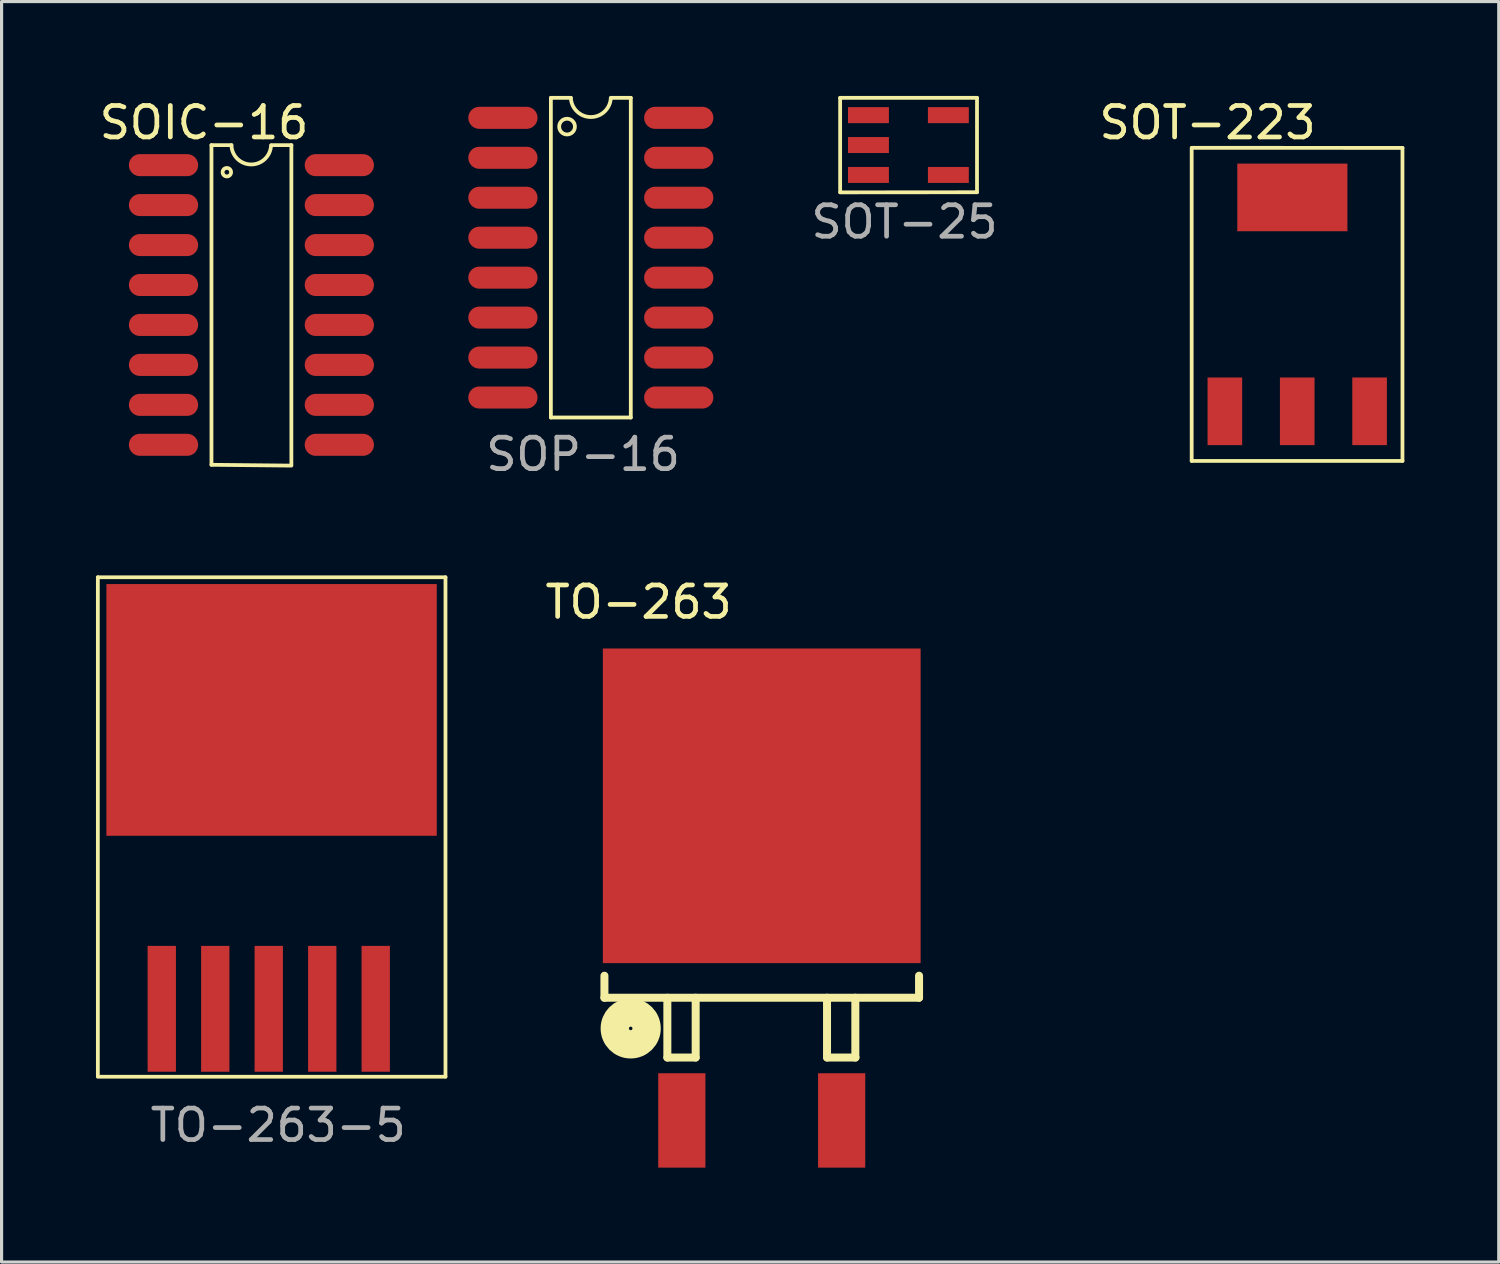
<source format=kicad_pcb>
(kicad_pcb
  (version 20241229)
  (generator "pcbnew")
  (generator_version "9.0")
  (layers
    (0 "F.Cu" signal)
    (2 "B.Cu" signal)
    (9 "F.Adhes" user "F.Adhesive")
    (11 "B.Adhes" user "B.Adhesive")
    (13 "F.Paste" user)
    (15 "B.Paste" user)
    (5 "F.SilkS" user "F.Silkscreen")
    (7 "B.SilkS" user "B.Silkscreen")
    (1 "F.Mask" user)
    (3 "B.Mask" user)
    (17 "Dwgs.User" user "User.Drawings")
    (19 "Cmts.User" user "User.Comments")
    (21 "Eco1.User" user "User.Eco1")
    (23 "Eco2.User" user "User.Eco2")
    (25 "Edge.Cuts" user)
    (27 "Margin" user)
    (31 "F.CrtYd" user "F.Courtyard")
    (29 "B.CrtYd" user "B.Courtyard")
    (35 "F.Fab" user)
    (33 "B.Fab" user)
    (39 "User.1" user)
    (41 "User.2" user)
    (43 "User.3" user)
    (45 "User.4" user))
  (footprint "TO-263-5"
    (layer "F.Cu")
    (at 2.092 29.014)
    (property "Reference" "TO-263-5" (at 3.7 3.7 0) (layer "F.Fab") (effects (font (size 1 1) (thickness 0.15))))
    (attr smd)
    (fp_line (start -2.032 -13.716) (end -2.032 2.144) (stroke (width 0.12) (type solid)) (layer "F.SilkS"))
    (fp_line (start -2.032 -13.716) (end 9.017 -13.716) (stroke (width 0.12) (type solid)) (layer "F.SilkS"))
    (fp_line (start -2.032 2.159) (end 9.017 2.159) (stroke (width 0.12) (type solid)) (layer "F.SilkS"))
    (fp_line (start 9.017 -13.716) (end 9.017 2.154) (stroke (width 0.12) (type solid)) (layer "F.SilkS"))
    (pad "1" smd rect (at 0 0) (size 0.9 4) (layers "F.Cu" "F.Mask" "F.Paste"))
    (pad "2" smd rect (at 1.7 0) (size 0.9 4) (layers "F.Cu" "F.Mask" "F.Paste"))
    (pad "3" smd rect (at 3.4 0) (size 0.9 4) (layers "F.Cu" "F.Mask" "F.Paste"))
    (pad "4" smd rect (at 5.1 0) (size 0.9 4) (layers "F.Cu" "F.Mask" "F.Paste"))
    (pad "5" smd rect (at 6.8 0) (size 0.9 4) (layers "F.Cu" "F.Mask" "F.Paste"))
    (pad "6" smd rect (at 3.49 -9.5) (size 10.5 8) (layers "F.Cu" "F.Mask" "F.Paste")))
  (footprint "TO-263"
    (layer "F.Cu")
    (at 18.621 32.562)
    (property "Reference" "TO-263" (at -1.375 -16.475 0) (layer "F.SilkS") (effects (font (size 1 1) (thickness 0.15))))
    (attr through_hole)
    (fp_line (start -2.46 -3.9) (end -2.46 -4.6) (stroke (width 0.254) (type solid)) (layer "F.SilkS"))
    (fp_line (start -2.46 -3.9) (end 7.54 -3.9) (stroke (width 0.254) (type solid)) (layer "F.SilkS"))
    (fp_line (start -0.46 -2) (end -0.46 -3.9) (stroke (width 0.254) (type solid)) (layer "F.SilkS"))
    (fp_line (start -0.46 -2) (end 0.44 -2) (stroke (width 0.254) (type solid)) (layer "F.SilkS"))
    (fp_line (start 0.44 -2) (end 0.44 -3.9) (stroke (width 0.254) (type solid)) (layer "F.SilkS"))
    (fp_line (start 4.615 -2) (end 4.615 -3.9) (stroke (width 0.254) (type solid)) (layer "F.SilkS"))
    (fp_line (start 4.62 -2) (end 5.52 -2) (stroke (width 0.254) (type solid)) (layer "F.SilkS"))
    (fp_line (start 5.515 -2) (end 5.515 -3.9) (stroke (width 0.254) (type solid)) (layer "F.SilkS"))
    (fp_line (start 7.54 -3.9) (end 7.54 -4.6) (stroke (width 0.254) (type solid)) (layer "F.SilkS"))
    (fp_circle (center -1.625 -2.925) (end -1.569 -2.925) (stroke (width 0.9) (type solid)) (fill no) (layer "F.SilkS"))
    (pad "1" smd rect (at 0 0) (size 1.5 3) (layers "F.Cu" "F.Mask" "F.Paste"))
    (pad "2" smd rect (at 5.08 0) (size 1.5 3) (layers "F.Cu" "F.Mask" "F.Paste"))
    (pad "3" smd rect (at 2.54 -10) (size 10.1 10) (layers "F.Cu" "F.Mask" "F.Paste")))
  (footprint "SOT-223"
    (layer "F.Cu")
    (at 35.881 10.023)
    (property "Reference" "SOT-223" (at -0.55 -9.175 0) (layer "F.SilkS") (effects (font (size 1 1) (thickness 0.15))))
    (attr through_hole)
    (fp_line (start -1.055 1.577) (end -1.055 -8.372) (stroke (width 0.12) (type solid)) (layer "F.SilkS"))
    (fp_line (start -1.055 1.577) (end 5.645 1.577) (stroke (width 0.12) (type solid)) (layer "F.SilkS"))
    (fp_line (start 5.645 -8.372) (end -1.05 -8.375) (stroke (width 0.12) (type solid)) (layer "F.SilkS"))
    (fp_line (start 5.645 1.577) (end 5.645 -8.372) (stroke (width 0.12) (type solid)) (layer "F.SilkS"))
    (pad "1" smd rect (at 0 0) (size 1.1 2.15) (layers "F.Cu" "F.Mask" "F.Paste"))
    (pad "2" smd rect (at 2.145 -6.798) (size 3.5 2.15) (layers "F.Cu" "F.Mask" "F.Paste"))
    (pad "2" smd rect (at 2.3 0) (size 1.1 2.15) (layers "F.Cu" "F.Mask" "F.Paste"))
    (pad "3" smd rect (at 4.6 0) (size 1.1 2.15) (layers "F.Cu" "F.Mask" "F.Paste")))
  (footprint "SOT-25"
    (layer "F.Cu")
    (at 25.95 1.753)
    (property "Reference" "SOT-25" (at -0.25 2.25 0) (layer "F.Fab") (effects (font (size 1 1) (thickness 0.15))))
    (attr smd)
    (fp_line (start -2.297 1.307) (end -2.297 -1.693) (stroke (width 0.12) (type solid)) (layer "F.SilkS"))
    (fp_line (start -2.296 1.311) (end 2.053 1.307) (stroke (width 0.12) (type solid)) (layer "F.SilkS"))
    (fp_line (start 2.053 -1.693) (end -2.297 -1.693) (stroke (width 0.12) (type solid)) (layer "F.SilkS"))
    (fp_line (start 2.053 1.307) (end 2.053 -1.693) (stroke (width 0.12) (type solid)) (layer "F.SilkS"))
    (pad "1" smd rect (at -1.397 -1.143 90) (size 0.508 1.3) (layers "F.Cu" "F.Mask" "F.Paste"))
    (pad "2" smd rect (at -1.397 -0.193 90) (size 0.508 1.3) (layers "F.Cu" "F.Mask" "F.Paste"))
    (pad "3" smd rect (at -1.397 0.757 90) (size 0.508 1.3) (layers "F.Cu" "F.Mask" "F.Paste"))
    (pad "4" smd rect (at 1.143 0.757 90) (size 0.508 1.3) (layers "F.Cu" "F.Mask" "F.Paste"))
    (pad "5" smd rect (at 1.143 -1.143 90) (size 0.508 1.3) (layers "F.Cu" "F.Mask" "F.Paste")))
  (footprint "SOIC-16"
    (layer "F.Cu")
    (at 4.941 6.199)
    (property "Reference" "SOIC-16" (at -1.506 -5.351 0) (layer "F.SilkS") (effects (font (size 1 1) (thickness 0.15))))
    (attr through_hole)
    (fp_line (start -1.27 -4.636) (end -0.635 -4.636) (stroke (width 0.12) (type solid)) (layer "F.SilkS"))
    (fp_line (start -1.27 5.524) (end -1.27 -4.636) (stroke (width 0.12) (type solid)) (layer "F.SilkS"))
    (fp_line (start -1.27 5.524) (end 1.269 5.55) (stroke (width 0.12) (type solid)) (layer "F.SilkS"))
    (fp_line (start 0.635 -4.636) (end 1.27 -4.636) (stroke (width 0.12) (type solid)) (layer "F.SilkS"))
    (fp_line (start 1.27 5.524) (end 1.27 -4.636) (stroke (width 0.12) (type solid)) (layer "F.SilkS"))
    (fp_arc (start 0.622675 -4.625352) (mid -0.011077 -4.021343) (end -0.634999 -4.635501) (stroke (width 0.12) (type solid)) (layer "F.SilkS"))
    (fp_circle (center -0.781 -3.776) (end -0.731 -3.651) (stroke (width 0.12) (type solid)) (fill no) (layer "F.SilkS"))
    (pad "1" smd oval (at -2.794 -4) (size 2.2 0.7) (layers "F.Cu" "F.Mask" "F.Paste"))
    (pad "2" smd oval (at -2.794 -2.731) (size 2.2 0.7) (layers "F.Cu" "F.Mask" "F.Paste"))
    (pad "3" smd oval (at -2.794 -1.46) (size 2.2 0.7) (layers "F.Cu" "F.Mask" "F.Paste"))
    (pad "4" smd oval (at -2.794 -0.191) (size 2.2 0.7) (layers "F.Cu" "F.Mask" "F.Paste"))
    (pad "5" smd oval (at -2.794 1.079) (size 2.2 0.7) (layers "F.Cu" "F.Mask" "F.Paste"))
    (pad "6" smd oval (at -2.794 2.349) (size 2.2 0.7) (layers "F.Cu" "F.Mask" "F.Paste"))
    (pad "7" smd oval (at -2.794 3.619) (size 2.2 0.7) (layers "F.Cu" "F.Mask" "F.Paste"))
    (pad "8" smd oval (at -2.794 4.889) (size 2.2 0.7) (layers "F.Cu" "F.Mask" "F.Paste"))
    (pad "9" smd oval (at 2.794 4.889) (size 2.2 0.7) (layers "F.Cu" "F.Mask" "F.Paste"))
    (pad "10" smd oval (at 2.794 3.619) (size 2.2 0.7) (layers "F.Cu" "F.Mask" "F.Paste"))
    (pad "11" smd oval (at 2.794 2.349) (size 2.2 0.7) (layers "F.Cu" "F.Mask" "F.Paste"))
    (pad "12" smd oval (at 2.794 1.079) (size 2.2 0.7) (layers "F.Cu" "F.Mask" "F.Paste"))
    (pad "13" smd oval (at 2.794 -0.191) (size 2.2 0.7) (layers "F.Cu" "F.Mask" "F.Paste"))
    (pad "14" smd oval (at 2.794 -1.46) (size 2.2 0.7) (layers "F.Cu" "F.Mask" "F.Paste"))
    (pad "15" smd oval (at 2.794 -2.731) (size 2.2 0.7) (layers "F.Cu" "F.Mask" "F.Paste"))
    (pad "16" smd oval (at 2.794 -4) (size 2.2 0.7) (layers "F.Cu" "F.Mask" "F.Paste")))
  (footprint "SOP-16"
    (layer "F.Cu")
    (at 15.983 5.14)
    (property "Reference" "SOP-16" (at -0.5 6.25 0) (layer "F.Fab") (effects (font (size 1 1) (thickness 0.15))))
    (attr smd)
    (fp_line (start -1.524 -5.08) (end -1.524 5.08) (stroke (width 0.12) (type solid)) (layer "F.SilkS"))
    (fp_line (start -1.524 -5.08) (end -0.889 -5.08) (stroke (width 0.12) (type solid)) (layer "F.SilkS"))
    (fp_line (start -1.524 5.08) (end 1.016 5.08) (stroke (width 0.12) (type solid)) (layer "F.SilkS"))
    (fp_line (start 0.381 -5.08) (end 1.016 -5.08) (stroke (width 0.12) (type solid)) (layer "F.SilkS"))
    (fp_line (start 1.016 -5.08) (end 1.016 5.08) (stroke (width 0.12) (type solid)) (layer "F.SilkS"))
    (fp_arc (start 0.380528 -5.070147) (mid -0.258933 -4.469913) (end -0.888999 -5.080001) (stroke (width 0.12) (type solid)) (layer "F.SilkS"))
    (fp_circle (center -1.01 -4.166) (end -0.76 -4.166) (stroke (width 0.12) (type solid)) (fill no) (layer "F.SilkS"))
    (pad "1" smd oval (at -3.048 -4.445) (size 2.2 0.7) (layers "F.Cu" "F.Mask" "F.Paste"))
    (pad "2" smd oval (at -3.048 -3.175) (size 2.2 0.7) (layers "F.Cu" "F.Mask" "F.Paste"))
    (pad "3" smd oval (at -3.048 -1.905) (size 2.2 0.7) (layers "F.Cu" "F.Mask" "F.Paste"))
    (pad "4" smd oval (at -3.048 -0.635) (size 2.2 0.7) (layers "F.Cu" "F.Mask" "F.Paste"))
    (pad "5" smd oval (at -3.048 0.635) (size 2.2 0.7) (layers "F.Cu" "F.Mask" "F.Paste"))
    (pad "6" smd oval (at -3.048 1.905) (size 2.2 0.7) (layers "F.Cu" "F.Mask" "F.Paste"))
    (pad "7" smd oval (at -3.048 3.175) (size 2.2 0.7) (layers "F.Cu" "F.Mask" "F.Paste"))
    (pad "8" smd oval (at -3.048 4.445) (size 2.2 0.7) (layers "F.Cu" "F.Mask" "F.Paste"))
    (pad "9" smd oval (at 2.54 4.445) (size 2.2 0.7) (layers "F.Cu" "F.Mask" "F.Paste"))
    (pad "10" smd oval (at 2.54 3.175) (size 2.2 0.7) (layers "F.Cu" "F.Mask" "F.Paste"))
    (pad "11" smd oval (at 2.54 1.905) (size 2.2 0.7) (layers "F.Cu" "F.Mask" "F.Paste"))
    (pad "12" smd oval (at 2.54 0.635) (size 2.2 0.7) (layers "F.Cu" "F.Mask" "F.Paste"))
    (pad "13" smd oval (at 2.54 -0.635) (size 2.2 0.7) (layers "F.Cu" "F.Mask" "F.Paste"))
    (pad "14" smd oval (at 2.54 -1.905) (size 2.2 0.7) (layers "F.Cu" "F.Mask" "F.Paste"))
    (pad "15" smd oval (at 2.54 -3.175) (size 2.2 0.7) (layers "F.Cu" "F.Mask" "F.Paste"))
    (pad "16" smd oval (at 2.54 -4.445) (size 2.2 0.7) (layers "F.Cu" "F.Mask" "F.Paste")))
  (gr_rect
    (start -3 -3)
    (end 44.586 37.062)
    (stroke (width 0.1) (type default))
    (fill no)
    (layer "Edge.Cuts")))
</source>
